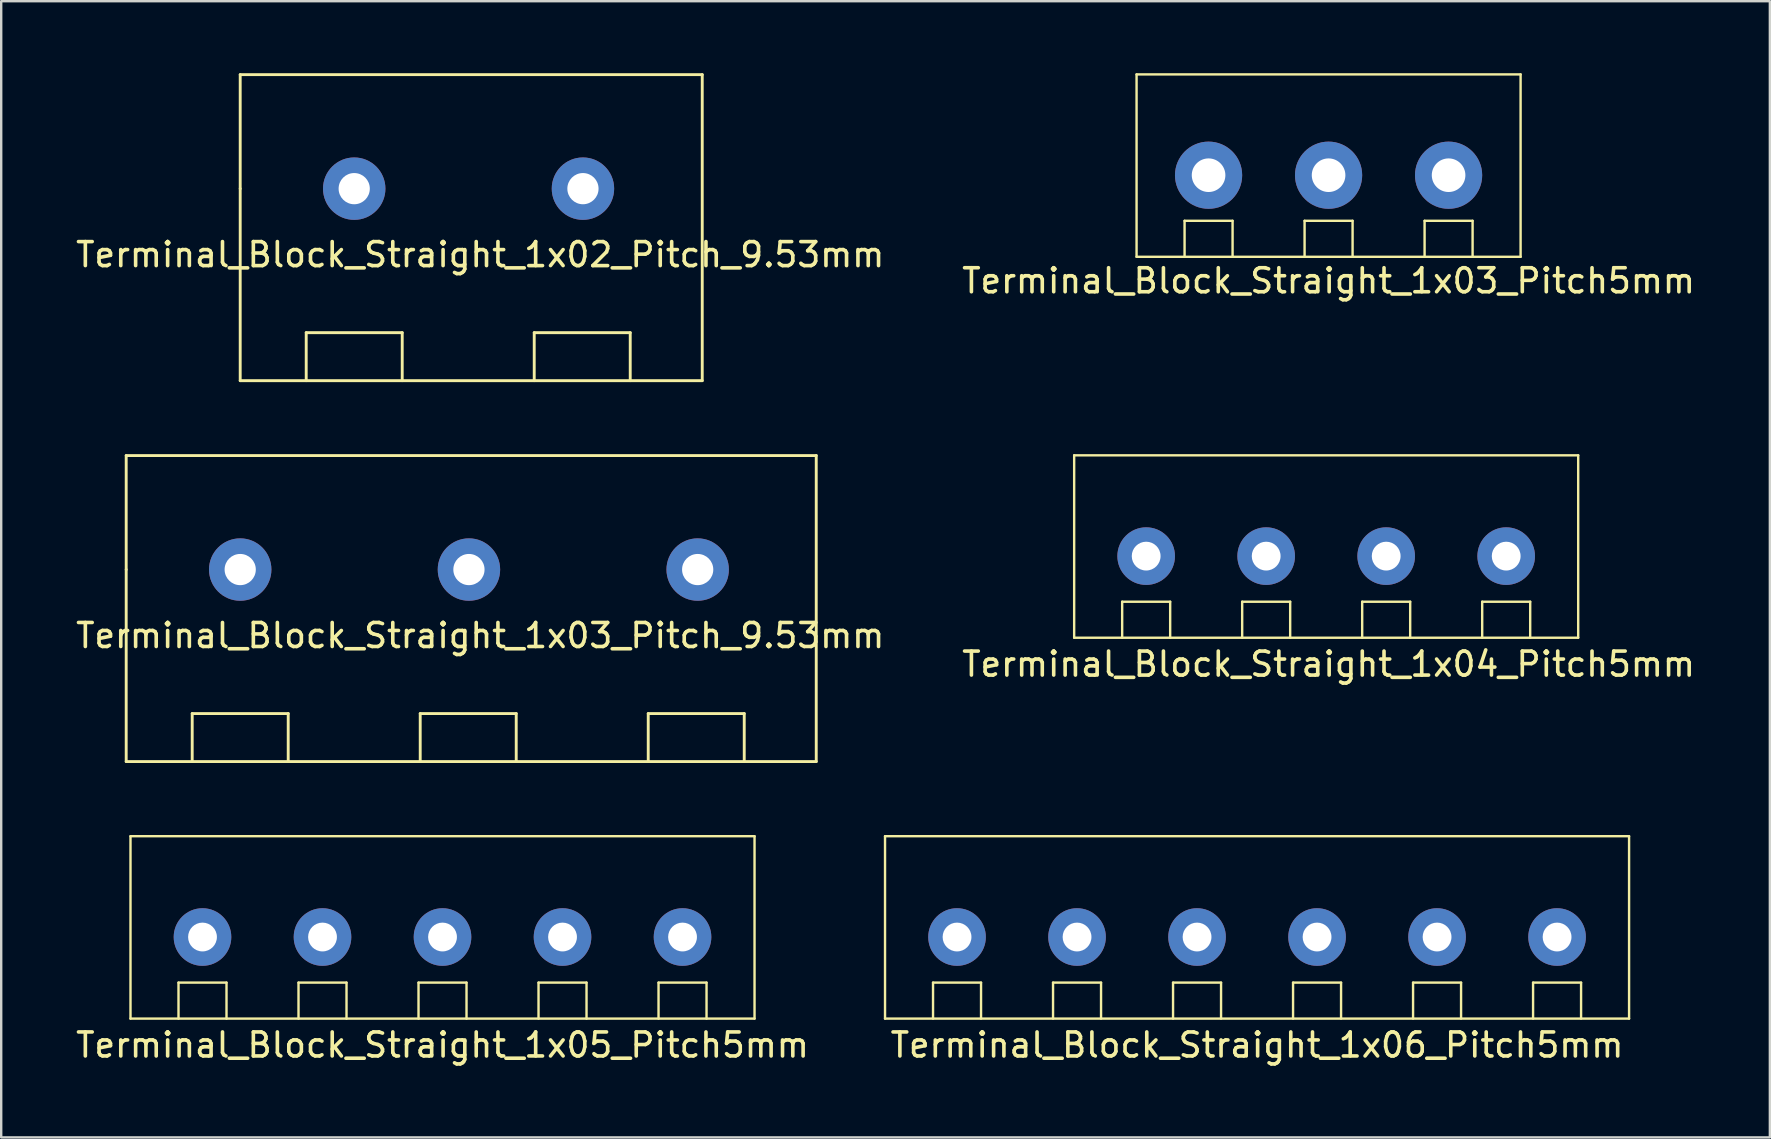
<source format=kicad_pcb>
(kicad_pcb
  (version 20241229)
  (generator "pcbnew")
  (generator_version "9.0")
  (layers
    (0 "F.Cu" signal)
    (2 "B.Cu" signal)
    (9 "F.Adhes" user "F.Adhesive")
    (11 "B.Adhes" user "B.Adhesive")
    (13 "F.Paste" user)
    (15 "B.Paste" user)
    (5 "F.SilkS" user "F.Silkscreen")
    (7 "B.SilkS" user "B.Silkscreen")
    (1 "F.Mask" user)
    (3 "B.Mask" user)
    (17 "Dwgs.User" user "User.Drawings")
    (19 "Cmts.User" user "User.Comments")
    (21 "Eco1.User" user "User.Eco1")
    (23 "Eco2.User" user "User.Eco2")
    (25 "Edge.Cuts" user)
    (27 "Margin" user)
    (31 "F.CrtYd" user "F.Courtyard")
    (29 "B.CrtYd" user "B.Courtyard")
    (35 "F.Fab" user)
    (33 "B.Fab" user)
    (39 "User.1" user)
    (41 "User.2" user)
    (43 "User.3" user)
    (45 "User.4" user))
  (footprint "Terminal_Block_Straight_1x05_Pitch5mm"
    (layer "F.Cu")
    (at 5.387 35.99)
    (property "Reference" "Terminal_Block_Straight_1x05_Pitch5mm" (at 10 4.5 180) (layer "F.SilkS") (effects (font (size 1 1) (thickness 0.15))))
    (attr through_hole)
    (fp_line (start -3 -4.2) (end -3 3.4) (stroke (width 0.1) (type solid)) (layer "F.SilkS"))
    (fp_line (start -3 3.4) (end 23 3.4) (stroke (width 0.1) (type solid)) (layer "F.SilkS"))
    (fp_line (start -1 1.9) (end 1 1.9) (stroke (width 0.1) (type solid)) (layer "F.SilkS"))
    (fp_line (start -1 3.4) (end -1 1.9) (stroke (width 0.1) (type solid)) (layer "F.SilkS"))
    (fp_line (start 1 1.9) (end 1 3.4) (stroke (width 0.1) (type solid)) (layer "F.SilkS"))
    (fp_line (start 4 1.9) (end 6 1.9) (stroke (width 0.1) (type solid)) (layer "F.SilkS"))
    (fp_line (start 4 3.4) (end 4 1.9) (stroke (width 0.1) (type solid)) (layer "F.SilkS"))
    (fp_line (start 6 1.9) (end 6 3.4) (stroke (width 0.1) (type solid)) (layer "F.SilkS"))
    (fp_line (start 9 1.9) (end 11 1.9) (stroke (width 0.1) (type solid)) (layer "F.SilkS"))
    (fp_line (start 9 3.4) (end 9 1.9) (stroke (width 0.1) (type solid)) (layer "F.SilkS"))
    (fp_line (start 11 1.9) (end 11 3.4) (stroke (width 0.1) (type solid)) (layer "F.SilkS"))
    (fp_line (start 14 1.9) (end 14 3.4) (stroke (width 0.1) (type solid)) (layer "F.SilkS"))
    (fp_line (start 14 1.9) (end 16 1.9) (stroke (width 0.1) (type solid)) (layer "F.SilkS"))
    (fp_line (start 16 1.9) (end 16 3.4) (stroke (width 0.1) (type solid)) (layer "F.SilkS"))
    (fp_line (start 19 1.9) (end 19 3.4) (stroke (width 0.1) (type solid)) (layer "F.SilkS"))
    (fp_line (start 19 1.9) (end 21 1.9) (stroke (width 0.1) (type solid)) (layer "F.SilkS"))
    (fp_line (start 21 1.9) (end 21 3.4) (stroke (width 0.1) (type solid)) (layer "F.SilkS"))
    (fp_line (start 23 -4.2) (end -3 -4.2) (stroke (width 0.1) (type solid)) (layer "F.SilkS"))
    (fp_line (start 23 3.4) (end 23 -4.2) (stroke (width 0.1) (type solid)) (layer "F.SilkS"))
    (pad "1" thru_hole circle (at 0 0) (size 2.4 2.4) (drill 1.2) (layers "*.Cu" "*.Mask"))
    (pad "2" thru_hole circle (at 5 0 90) (size 2.4 2.4) (drill 1.2) (layers "*.Cu" "*.Mask"))
    (pad "3" thru_hole circle (at 10 0) (size 2.4 2.4) (drill 1.2) (layers "*.Cu" "*.Mask"))
    (pad "4" thru_hole circle (at 15 0) (size 2.4 2.4) (drill 1.2) (layers "*.Cu" "*.Mask"))
    (pad "5" thru_hole circle (at 20 0) (size 2.4 2.4) (drill 1.2) (layers "*.Cu" "*.Mask")))
  (footprint "Terminal_Block_Straight_1x02_Pitch_9.53mm"
    (layer "F.Cu")
    (at 11.708 4.81)
    (property "Reference" "Terminal_Block_Straight_1x02_Pitch_9.53mm" (at 5.25 2.75 0) (layer "F.SilkS") (effects (font (size 1 1) (thickness 0.15))))
    (attr through_hole)
    (fp_line (start -4.75 -4.75) (end 14.5 -4.75) (stroke (width 0.12) (type solid)) (layer "F.SilkS"))
    (fp_line (start -4.75 0) (end -4.75 -4.75) (stroke (width 0.12) (type solid)) (layer "F.SilkS"))
    (fp_line (start -4.75 8) (end -4.75 0) (stroke (width 0.12) (type solid)) (layer "F.SilkS"))
    (fp_line (start -2 6) (end 2 6) (stroke (width 0.12) (type solid)) (layer "F.SilkS"))
    (fp_line (start -2 8) (end -2 6) (stroke (width 0.12) (type solid)) (layer "F.SilkS"))
    (fp_line (start 2 6) (end 2 8) (stroke (width 0.12) (type solid)) (layer "F.SilkS"))
    (fp_line (start 7.5 6) (end 11.5 6) (stroke (width 0.12) (type solid)) (layer "F.SilkS"))
    (fp_line (start 7.5 8) (end 7.5 6) (stroke (width 0.12) (type solid)) (layer "F.SilkS"))
    (fp_line (start 11.5 6) (end 11.5 8) (stroke (width 0.12) (type solid)) (layer "F.SilkS"))
    (fp_line (start 14.5 -4.75) (end 14.5 8) (stroke (width 0.12) (type solid)) (layer "F.SilkS"))
    (fp_line (start 14.5 8) (end -4.75 8) (stroke (width 0.12) (type solid)) (layer "F.SilkS"))
    (pad "1" thru_hole circle (at 0 0) (size 2.6 2.6) (drill 1.3) (layers "*.Cu" "*.Mask"))
    (pad "2" thru_hole circle (at 9.53 0) (size 2.6 2.6) (drill 1.3) (layers "*.Cu" "*.Mask")))
  (footprint "Terminal_Block_Straight_1x03_Pitch5mm"
    (layer "F.Cu")
    (at 47.304 4.25)
    (property "Reference" "Terminal_Block_Straight_1x03_Pitch5mm" (at 5 4.4 180) (layer "F.SilkS") (effects (font (size 1 1) (thickness 0.15))))
    (attr through_hole)
    (fp_line (start -3 -4.2) (end -3 3.4) (stroke (width 0.1) (type solid)) (layer "F.SilkS"))
    (fp_line (start -3 3.4) (end 13 3.4) (stroke (width 0.1) (type solid)) (layer "F.SilkS"))
    (fp_line (start -1 1.9) (end 1 1.9) (stroke (width 0.1) (type solid)) (layer "F.SilkS"))
    (fp_line (start -1 3.4) (end -1 1.9) (stroke (width 0.1) (type solid)) (layer "F.SilkS"))
    (fp_line (start 1 1.9) (end 1 3.4) (stroke (width 0.1) (type solid)) (layer "F.SilkS"))
    (fp_line (start 4 1.9) (end 6 1.9) (stroke (width 0.1) (type solid)) (layer "F.SilkS"))
    (fp_line (start 4 3.4) (end 4 1.9) (stroke (width 0.1) (type solid)) (layer "F.SilkS"))
    (fp_line (start 6 1.9) (end 6 3.4) (stroke (width 0.1) (type solid)) (layer "F.SilkS"))
    (fp_line (start 9 1.9) (end 11 1.9) (stroke (width 0.1) (type solid)) (layer "F.SilkS"))
    (fp_line (start 9 3.4) (end 9 1.9) (stroke (width 0.1) (type solid)) (layer "F.SilkS"))
    (fp_line (start 11 1.9) (end 11 3.4) (stroke (width 0.1) (type solid)) (layer "F.SilkS"))
    (fp_line (start 13 -4.2) (end -3 -4.2) (stroke (width 0.1) (type solid)) (layer "F.SilkS"))
    (fp_line (start 13 3.4) (end 13 -4.2) (stroke (width 0.1) (type solid)) (layer "F.SilkS"))
    (pad "1" thru_hole circle (at 0 0) (size 2.8 2.8) (drill 1.4) (layers "*.Cu" "*.Mask"))
    (pad "2" thru_hole circle (at 5 0 90) (size 2.8 2.8) (drill 1.4) (layers "*.Cu" "*.Mask"))
    (pad "3" thru_hole circle (at 10 0) (size 2.8 2.8) (drill 1.4) (layers "*.Cu" "*.Mask")))
  (footprint "Terminal_Block_Straight_1x04_Pitch5mm"
    (layer "F.Cu")
    (at 44.704 20.12)
    (property "Reference" "Terminal_Block_Straight_1x04_Pitch5mm" (at 7.6 4.5 180) (layer "F.SilkS") (effects (font (size 1 1) (thickness 0.15))))
    (attr through_hole)
    (fp_line (start -3 -4.2) (end -3 3.4) (stroke (width 0.1) (type solid)) (layer "F.SilkS"))
    (fp_line (start -3 3.4) (end 18 3.4) (stroke (width 0.1) (type solid)) (layer "F.SilkS"))
    (fp_line (start -1 1.9) (end 1 1.9) (stroke (width 0.1) (type solid)) (layer "F.SilkS"))
    (fp_line (start -1 3.4) (end -1 1.9) (stroke (width 0.1) (type solid)) (layer "F.SilkS"))
    (fp_line (start 1 1.9) (end 1 3.4) (stroke (width 0.1) (type solid)) (layer "F.SilkS"))
    (fp_line (start 4 1.9) (end 6 1.9) (stroke (width 0.1) (type solid)) (layer "F.SilkS"))
    (fp_line (start 4 3.4) (end 4 1.9) (stroke (width 0.1) (type solid)) (layer "F.SilkS"))
    (fp_line (start 6 1.9) (end 6 3.4) (stroke (width 0.1) (type solid)) (layer "F.SilkS"))
    (fp_line (start 9 1.9) (end 11 1.9) (stroke (width 0.1) (type solid)) (layer "F.SilkS"))
    (fp_line (start 9 3.4) (end 9 1.9) (stroke (width 0.1) (type solid)) (layer "F.SilkS"))
    (fp_line (start 11 1.9) (end 11 3.4) (stroke (width 0.1) (type solid)) (layer "F.SilkS"))
    (fp_line (start 14 1.9) (end 14 3.4) (stroke (width 0.1) (type solid)) (layer "F.SilkS"))
    (fp_line (start 14 1.9) (end 16 1.9) (stroke (width 0.1) (type solid)) (layer "F.SilkS"))
    (fp_line (start 16 1.9) (end 16 3.4) (stroke (width 0.1) (type solid)) (layer "F.SilkS"))
    (fp_line (start 18 -4.2) (end -3 -4.2) (stroke (width 0.1) (type solid)) (layer "F.SilkS"))
    (fp_line (start 18 3.4) (end 18 -4.2) (stroke (width 0.1) (type solid)) (layer "F.SilkS"))
    (pad "1" thru_hole circle (at 0 0) (size 2.4 2.4) (drill 1.2) (layers "*.Cu" "*.Mask"))
    (pad "2" thru_hole circle (at 5 0 90) (size 2.4 2.4) (drill 1.2) (layers "*.Cu" "*.Mask"))
    (pad "3" thru_hole circle (at 10 0) (size 2.4 2.4) (drill 1.2) (layers "*.Cu" "*.Mask"))
    (pad "4" thru_hole circle (at 15 0) (size 2.4 2.4) (drill 1.2) (layers "*.Cu" "*.Mask")))
  (footprint "Terminal_Block_Straight_1x06_Pitch5mm"
    (layer "F.Cu")
    (at 36.824 35.99)
    (property "Reference" "Terminal_Block_Straight_1x06_Pitch5mm" (at 12.5 4.5 180) (layer "F.SilkS") (effects (font (size 1 1) (thickness 0.15))))
    (attr through_hole)
    (fp_line (start -3 -4.2) (end -3 3.4) (stroke (width 0.1) (type solid)) (layer "F.SilkS"))
    (fp_line (start -3 3.4) (end 28 3.4) (stroke (width 0.1) (type solid)) (layer "F.SilkS"))
    (fp_line (start -1 1.9) (end 1 1.9) (stroke (width 0.1) (type solid)) (layer "F.SilkS"))
    (fp_line (start -1 3.4) (end -1 1.9) (stroke (width 0.1) (type solid)) (layer "F.SilkS"))
    (fp_line (start 1 1.9) (end 1 3.4) (stroke (width 0.1) (type solid)) (layer "F.SilkS"))
    (fp_line (start 4 1.9) (end 6 1.9) (stroke (width 0.1) (type solid)) (layer "F.SilkS"))
    (fp_line (start 4 3.4) (end 4 1.9) (stroke (width 0.1) (type solid)) (layer "F.SilkS"))
    (fp_line (start 6 1.9) (end 6 3.4) (stroke (width 0.1) (type solid)) (layer "F.SilkS"))
    (fp_line (start 9 1.9) (end 11 1.9) (stroke (width 0.1) (type solid)) (layer "F.SilkS"))
    (fp_line (start 9 3.4) (end 9 1.9) (stroke (width 0.1) (type solid)) (layer "F.SilkS"))
    (fp_line (start 11 1.9) (end 11 3.4) (stroke (width 0.1) (type solid)) (layer "F.SilkS"))
    (fp_line (start 14 1.9) (end 14 3.4) (stroke (width 0.1) (type solid)) (layer "F.SilkS"))
    (fp_line (start 14 1.9) (end 16 1.9) (stroke (width 0.1) (type solid)) (layer "F.SilkS"))
    (fp_line (start 16 1.9) (end 16 3.4) (stroke (width 0.1) (type solid)) (layer "F.SilkS"))
    (fp_line (start 19 1.9) (end 19 3.4) (stroke (width 0.1) (type solid)) (layer "F.SilkS"))
    (fp_line (start 19 1.9) (end 21 1.9) (stroke (width 0.1) (type solid)) (layer "F.SilkS"))
    (fp_line (start 21 1.9) (end 21 3.4) (stroke (width 0.1) (type solid)) (layer "F.SilkS"))
    (fp_line (start 24 1.9) (end 24 3.4) (stroke (width 0.1) (type solid)) (layer "F.SilkS"))
    (fp_line (start 24 1.9) (end 26 1.9) (stroke (width 0.1) (type solid)) (layer "F.SilkS"))
    (fp_line (start 26 1.9) (end 26 3.4) (stroke (width 0.1) (type solid)) (layer "F.SilkS"))
    (fp_line (start 28 -4.2) (end -3 -4.2) (stroke (width 0.1) (type solid)) (layer "F.SilkS"))
    (fp_line (start 28 3.4) (end 28 -4.2) (stroke (width 0.1) (type solid)) (layer "F.SilkS"))
    (pad "1" thru_hole circle (at 0 0) (size 2.4 2.4) (drill 1.2) (layers "*.Cu" "*.Mask"))
    (pad "2" thru_hole circle (at 5 0 90) (size 2.4 2.4) (drill 1.2) (layers "*.Cu" "*.Mask"))
    (pad "3" thru_hole circle (at 10 0) (size 2.4 2.4) (drill 1.2) (layers "*.Cu" "*.Mask"))
    (pad "4" thru_hole circle (at 15 0) (size 2.4 2.4) (drill 1.2) (layers "*.Cu" "*.Mask"))
    (pad "5" thru_hole circle (at 20 0) (size 2.4 2.4) (drill 1.2) (layers "*.Cu" "*.Mask"))
    (pad "6" thru_hole circle (at 25 0) (size 2.4 2.4) (drill 1.2) (layers "*.Cu" "*.Mask")))
  (footprint "Terminal_Block_Straight_1x03_Pitch_9.53mm"
    (layer "F.Cu")
    (at 6.958 20.68)
    (property "Reference" "Terminal_Block_Straight_1x03_Pitch_9.53mm" (at 10 2.75 0) (layer "F.SilkS") (effects (font (size 1 1) (thickness 0.15))))
    (attr through_hole)
    (fp_line (start -4.75 -4.75) (end 24 -4.75) (stroke (width 0.12) (type solid)) (layer "F.SilkS"))
    (fp_line (start -4.75 0) (end -4.75 -4.75) (stroke (width 0.12) (type solid)) (layer "F.SilkS"))
    (fp_line (start -4.75 8) (end -4.75 0) (stroke (width 0.12) (type solid)) (layer "F.SilkS"))
    (fp_line (start -2 6) (end 2 6) (stroke (width 0.12) (type solid)) (layer "F.SilkS"))
    (fp_line (start -2 8) (end -2 6) (stroke (width 0.12) (type solid)) (layer "F.SilkS"))
    (fp_line (start 2 6) (end 2 8) (stroke (width 0.12) (type solid)) (layer "F.SilkS"))
    (fp_line (start 7.5 6) (end 11.5 6) (stroke (width 0.12) (type solid)) (layer "F.SilkS"))
    (fp_line (start 7.5 8) (end 7.5 6) (stroke (width 0.12) (type solid)) (layer "F.SilkS"))
    (fp_line (start 11.5 6) (end 11.5 8) (stroke (width 0.12) (type solid)) (layer "F.SilkS"))
    (fp_line (start 17 6) (end 21 6) (stroke (width 0.12) (type solid)) (layer "F.SilkS"))
    (fp_line (start 17 8) (end 17 6) (stroke (width 0.12) (type solid)) (layer "F.SilkS"))
    (fp_line (start 21 6) (end 21 8) (stroke (width 0.12) (type solid)) (layer "F.SilkS"))
    (fp_line (start 24 -4.75) (end 24 8) (stroke (width 0.12) (type solid)) (layer "F.SilkS"))
    (fp_line (start 24 8) (end -4.75 8) (stroke (width 0.12) (type solid)) (layer "F.SilkS"))
    (pad "1" thru_hole circle (at 0 0) (size 2.6 2.6) (drill 1.3) (layers "*.Cu" "*.Mask"))
    (pad "2" thru_hole circle (at 9.53 0) (size 2.6 2.6) (drill 1.3) (layers "*.Cu" "*.Mask"))
    (pad "3" thru_hole circle (at 19.06 0) (size 2.6 2.6) (drill 1.3) (layers "*.Cu" "*.Mask")))
  (gr_rect
    (start -3 -3)
    (end 70.69 44.338)
    (stroke (width 0.1) (type default))
    (fill no)
    (layer "Edge.Cuts")))
</source>
